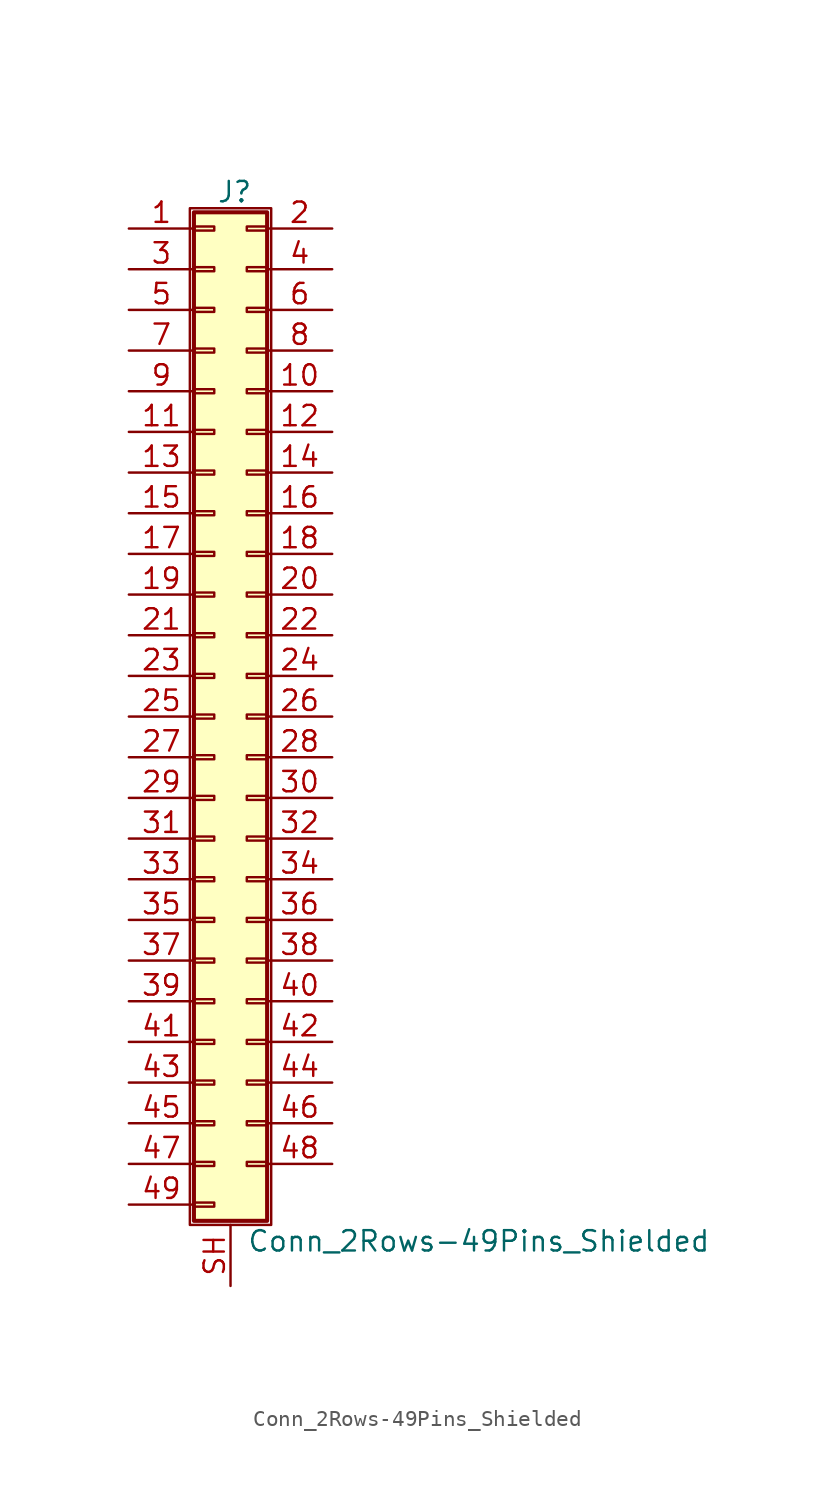
<source format=kicad_sym>
(kicad_symbol_lib
  (version 20211014)
  (generator kicad_symbol_editor)
  (symbol "Conn_2Rows-49Pins_Shielded"
    (pin_names
      (offset 1.016) hide)
    (property "Reference" "J"
      (at 1.524 32.766 0)
      (effects (font (size 1.27 1.27))))
    (property "Value" "Conn_2Rows-49Pins_Shielded"
      (at 2.286 -32.766 0)
      (effects (font (size 1.27 1.27)) (justify left)))
    (symbol "Conn_2Rows-49Pins_Shielded_1_1"
      (rectangle (start -1.27 31.75) (end 3.81 -31.75) (stroke (width 0.152) (type default) (color 0 0 0 0)) (fill (type none)))
      (rectangle (start -1.016 -30.353) (end 0.254 -30.607) (stroke (width 0.152) (type default) (color 0 0 0 0)) (fill (type none)))
      (rectangle (start -1.016 -27.813) (end 0.254 -28.067) (stroke (width 0.152) (type default) (color 0 0 0 0)) (fill (type none)))
      (rectangle (start -1.016 -25.273) (end 0.254 -25.527) (stroke (width 0.152) (type default) (color 0 0 0 0)) (fill (type none)))
      (rectangle (start -1.016 -22.733) (end 0.254 -22.987) (stroke (width 0.152) (type default) (color 0 0 0 0)) (fill (type none)))
      (rectangle (start -1.016 -20.193) (end 0.254 -20.447) (stroke (width 0.152) (type default) (color 0 0 0 0)) (fill (type none)))
      (rectangle (start -1.016 -17.653) (end 0.254 -17.907) (stroke (width 0.152) (type default) (color 0 0 0 0)) (fill (type none)))
      (rectangle (start -1.016 -15.113) (end 0.254 -15.367) (stroke (width 0.152) (type default) (color 0 0 0 0)) (fill (type none)))
      (rectangle (start -1.016 -12.573) (end 0.254 -12.827) (stroke (width 0.152) (type default) (color 0 0 0 0)) (fill (type none)))
      (rectangle (start -1.016 -10.033) (end 0.254 -10.287) (stroke (width 0.152) (type default) (color 0 0 0 0)) (fill (type none)))
      (rectangle (start -1.016 -7.493) (end 0.254 -7.747) (stroke (width 0.152) (type default) (color 0 0 0 0)) (fill (type none)))
      (rectangle (start -1.016 -4.953) (end 0.254 -5.207) (stroke (width 0.152) (type default) (color 0 0 0 0)) (fill (type none)))
      (rectangle (start -1.016 -2.413) (end 0.254 -2.667) (stroke (width 0.152) (type default) (color 0 0 0 0)) (fill (type none)))
      (rectangle (start -1.016 0.127) (end 0.254 -0.127) (stroke (width 0.152) (type default) (color 0 0 0 0)) (fill (type none)))
      (rectangle (start -1.016 2.667) (end 0.254 2.413) (stroke (width 0.152) (type default) (color 0 0 0 0)) (fill (type none)))
      (rectangle (start -1.016 5.207) (end 0.254 4.953) (stroke (width 0.152) (type default) (color 0 0 0 0)) (fill (type none)))
      (rectangle (start -1.016 7.747) (end 0.254 7.493) (stroke (width 0.152) (type default) (color 0 0 0 0)) (fill (type none)))
      (rectangle (start -1.016 10.287) (end 0.254 10.033) (stroke (width 0.152) (type default) (color 0 0 0 0)) (fill (type none)))
      (rectangle (start -1.016 12.827) (end 0.254 12.573) (stroke (width 0.152) (type default) (color 0 0 0 0)) (fill (type none)))
      (rectangle (start -1.016 15.367) (end 0.254 15.113) (stroke (width 0.152) (type default) (color 0 0 0 0)) (fill (type none)))
      (rectangle (start -1.016 17.907) (end 0.254 17.653) (stroke (width 0.152) (type default) (color 0 0 0 0)) (fill (type none)))
      (rectangle (start -1.016 20.447) (end 0.254 20.193) (stroke (width 0.152) (type default) (color 0 0 0 0)) (fill (type none)))
      (rectangle (start -1.016 22.987) (end 0.254 22.733) (stroke (width 0.152) (type default) (color 0 0 0 0)) (fill (type none)))
      (rectangle (start -1.016 25.527) (end 0.254 25.273) (stroke (width 0.152) (type default) (color 0 0 0 0)) (fill (type none)))
      (rectangle (start -1.016 28.067) (end 0.254 27.813) (stroke (width 0.152) (type default) (color 0 0 0 0)) (fill (type none)))
      (rectangle (start -1.016 30.607) (end 0.254 30.353) (stroke (width 0.152) (type default) (color 0 0 0 0)) (fill (type none)))
      (rectangle (start -1.016 31.496) (end 3.556 -31.496) (stroke (width 0.254) (type default) (color 0 0 0 0)) (fill (type background)))
      (rectangle (start 3.556 -27.813) (end 2.286 -28.067) (stroke (width 0.152) (type default) (color 0 0 0 0)) (fill (type none)))
      (rectangle (start 3.556 -25.273) (end 2.286 -25.527) (stroke (width 0.152) (type default) (color 0 0 0 0)) (fill (type none)))
      (rectangle (start 3.556 -22.733) (end 2.286 -22.987) (stroke (width 0.152) (type default) (color 0 0 0 0)) (fill (type none)))
      (rectangle (start 3.556 -20.193) (end 2.286 -20.447) (stroke (width 0.152) (type default) (color 0 0 0 0)) (fill (type none)))
      (rectangle (start 3.556 -17.653) (end 2.286 -17.907) (stroke (width 0.152) (type default) (color 0 0 0 0)) (fill (type none)))
      (rectangle (start 3.556 -15.113) (end 2.286 -15.367) (stroke (width 0.152) (type default) (color 0 0 0 0)) (fill (type none)))
      (rectangle (start 3.556 -12.573) (end 2.286 -12.827) (stroke (width 0.152) (type default) (color 0 0 0 0)) (fill (type none)))
      (rectangle (start 3.556 -10.033) (end 2.286 -10.287) (stroke (width 0.152) (type default) (color 0 0 0 0)) (fill (type none)))
      (rectangle (start 3.556 -7.493) (end 2.286 -7.747) (stroke (width 0.152) (type default) (color 0 0 0 0)) (fill (type none)))
      (rectangle (start 3.556 -4.953) (end 2.286 -5.207) (stroke (width 0.152) (type default) (color 0 0 0 0)) (fill (type none)))
      (rectangle (start 3.556 -2.413) (end 2.286 -2.667) (stroke (width 0.152) (type default) (color 0 0 0 0)) (fill (type none)))
      (rectangle (start 3.556 0.127) (end 2.286 -0.127) (stroke (width 0.152) (type default) (color 0 0 0 0)) (fill (type none)))
      (rectangle (start 3.556 2.667) (end 2.286 2.413) (stroke (width 0.152) (type default) (color 0 0 0 0)) (fill (type none)))
      (rectangle (start 3.556 5.207) (end 2.286 4.953) (stroke (width 0.152) (type default) (color 0 0 0 0)) (fill (type none)))
      (rectangle (start 3.556 7.747) (end 2.286 7.493) (stroke (width 0.152) (type default) (color 0 0 0 0)) (fill (type none)))
      (rectangle (start 3.556 10.287) (end 2.286 10.033) (stroke (width 0.152) (type default) (color 0 0 0 0)) (fill (type none)))
      (rectangle (start 3.556 12.827) (end 2.286 12.573) (stroke (width 0.152) (type default) (color 0 0 0 0)) (fill (type none)))
      (rectangle (start 3.556 15.367) (end 2.286 15.113) (stroke (width 0.152) (type default) (color 0 0 0 0)) (fill (type none)))
      (rectangle (start 3.556 17.907) (end 2.286 17.653) (stroke (width 0.152) (type default) (color 0 0 0 0)) (fill (type none)))
      (rectangle (start 3.556 20.447) (end 2.286 20.193) (stroke (width 0.152) (type default) (color 0 0 0 0)) (fill (type none)))
      (rectangle (start 3.556 22.987) (end 2.286 22.733) (stroke (width 0.152) (type default) (color 0 0 0 0)) (fill (type none)))
      (rectangle (start 3.556 25.527) (end 2.286 25.273) (stroke (width 0.152) (type default) (color 0 0 0 0)) (fill (type none)))
      (rectangle (start 3.556 28.067) (end 2.286 27.813) (stroke (width 0.152) (type default) (color 0 0 0 0)) (fill (type none)))
      (rectangle (start 3.556 30.607) (end 2.286 30.353) (stroke (width 0.152) (type default) (color 0 0 0 0)) (fill (type none)))
      (pin passive line (at -5.08 30.48 0) (length 4.064) (name "Pin_1" (effects (font (size 1.27 1.27)))) (number "1" (effects (font (size 1.27 1.27)))))
      (pin passive line (at 7.62 20.32 180) (length 4.064) (name "Pin_10" (effects (font (size 1.27 1.27)))) (number "10" (effects (font (size 1.27 1.27)))))
      (pin passive line (at -5.08 17.78 0) (length 4.064) (name "Pin_11" (effects (font (size 1.27 1.27)))) (number "11" (effects (font (size 1.27 1.27)))))
      (pin passive line (at 7.62 17.78 180) (length 4.064) (name "Pin_12" (effects (font (size 1.27 1.27)))) (number "12" (effects (font (size 1.27 1.27)))))
      (pin passive line (at -5.08 15.24 0) (length 4.064) (name "Pin_13" (effects (font (size 1.27 1.27)))) (number "13" (effects (font (size 1.27 1.27)))))
      (pin passive line (at 7.62 15.24 180) (length 4.064) (name "Pin_14" (effects (font (size 1.27 1.27)))) (number "14" (effects (font (size 1.27 1.27)))))
      (pin passive line (at -5.08 12.7 0) (length 4.064) (name "Pin_15" (effects (font (size 1.27 1.27)))) (number "15" (effects (font (size 1.27 1.27)))))
      (pin passive line (at 7.62 12.7 180) (length 4.064) (name "Pin_16" (effects (font (size 1.27 1.27)))) (number "16" (effects (font (size 1.27 1.27)))))
      (pin passive line (at -5.08 10.16 0) (length 4.064) (name "Pin_17" (effects (font (size 1.27 1.27)))) (number "17" (effects (font (size 1.27 1.27)))))
      (pin passive line (at 7.62 10.16 180) (length 4.064) (name "Pin_18" (effects (font (size 1.27 1.27)))) (number "18" (effects (font (size 1.27 1.27)))))
      (pin passive line (at -5.08 7.62 0) (length 4.064) (name "Pin_19" (effects (font (size 1.27 1.27)))) (number "19" (effects (font (size 1.27 1.27)))))
      (pin passive line (at 7.62 30.48 180) (length 4.064) (name "Pin_2" (effects (font (size 1.27 1.27)))) (number "2" (effects (font (size 1.27 1.27)))))
      (pin passive line (at 7.62 7.62 180) (length 4.064) (name "Pin_20" (effects (font (size 1.27 1.27)))) (number "20" (effects (font (size 1.27 1.27)))))
      (pin passive line (at -5.08 5.08 0) (length 4.064) (name "Pin_21" (effects (font (size 1.27 1.27)))) (number "21" (effects (font (size 1.27 1.27)))))
      (pin passive line (at 7.62 5.08 180) (length 4.064) (name "Pin_22" (effects (font (size 1.27 1.27)))) (number "22" (effects (font (size 1.27 1.27)))))
      (pin passive line (at -5.08 2.54 0) (length 4.064) (name "Pin_23" (effects (font (size 1.27 1.27)))) (number "23" (effects (font (size 1.27 1.27)))))
      (pin passive line (at 7.62 2.54 180) (length 4.064) (name "Pin_24" (effects (font (size 1.27 1.27)))) (number "24" (effects (font (size 1.27 1.27)))))
      (pin passive line (at -5.08 0 0) (length 4.064) (name "Pin_25" (effects (font (size 1.27 1.27)))) (number "25" (effects (font (size 1.27 1.27)))))
      (pin passive line (at 7.62 0 180) (length 4.064) (name "Pin_26" (effects (font (size 1.27 1.27)))) (number "26" (effects (font (size 1.27 1.27)))))
      (pin passive line (at -5.08 -2.54 0) (length 4.064) (name "Pin_27" (effects (font (size 1.27 1.27)))) (number "27" (effects (font (size 1.27 1.27)))))
      (pin passive line (at 7.62 -2.54 180) (length 4.064) (name "Pin_28" (effects (font (size 1.27 1.27)))) (number "28" (effects (font (size 1.27 1.27)))))
      (pin passive line (at -5.08 -5.08 0) (length 4.064) (name "Pin_29" (effects (font (size 1.27 1.27)))) (number "29" (effects (font (size 1.27 1.27)))))
      (pin passive line (at -5.08 27.94 0) (length 4.064) (name "Pin_3" (effects (font (size 1.27 1.27)))) (number "3" (effects (font (size 1.27 1.27)))))
      (pin passive line (at 7.62 -5.08 180) (length 4.064) (name "Pin_30" (effects (font (size 1.27 1.27)))) (number "30" (effects (font (size 1.27 1.27)))))
      (pin passive line (at -5.08 -7.62 0) (length 4.064) (name "Pin_31" (effects (font (size 1.27 1.27)))) (number "31" (effects (font (size 1.27 1.27)))))
      (pin passive line (at 7.62 -7.62 180) (length 4.064) (name "Pin_32" (effects (font (size 1.27 1.27)))) (number "32" (effects (font (size 1.27 1.27)))))
      (pin passive line (at -5.08 -10.16 0) (length 4.064) (name "Pin_33" (effects (font (size 1.27 1.27)))) (number "33" (effects (font (size 1.27 1.27)))))
      (pin passive line (at 7.62 -10.16 180) (length 4.064) (name "Pin_34" (effects (font (size 1.27 1.27)))) (number "34" (effects (font (size 1.27 1.27)))))
      (pin passive line (at -5.08 -12.7 0) (length 4.064) (name "Pin_35" (effects (font (size 1.27 1.27)))) (number "35" (effects (font (size 1.27 1.27)))))
      (pin passive line (at 7.62 -12.7 180) (length 4.064) (name "Pin_36" (effects (font (size 1.27 1.27)))) (number "36" (effects (font (size 1.27 1.27)))))
      (pin passive line (at -5.08 -15.24 0) (length 4.064) (name "Pin_37" (effects (font (size 1.27 1.27)))) (number "37" (effects (font (size 1.27 1.27)))))
      (pin passive line (at 7.62 -15.24 180) (length 4.064) (name "Pin_38" (effects (font (size 1.27 1.27)))) (number "38" (effects (font (size 1.27 1.27)))))
      (pin passive line (at -5.08 -17.78 0) (length 4.064) (name "Pin_39" (effects (font (size 1.27 1.27)))) (number "39" (effects (font (size 1.27 1.27)))))
      (pin passive line (at 7.62 27.94 180) (length 4.064) (name "Pin_4" (effects (font (size 1.27 1.27)))) (number "4" (effects (font (size 1.27 1.27)))))
      (pin passive line (at 7.62 -17.78 180) (length 4.064) (name "Pin_40" (effects (font (size 1.27 1.27)))) (number "40" (effects (font (size 1.27 1.27)))))
      (pin passive line (at -5.08 -20.32 0) (length 4.064) (name "Pin_41" (effects (font (size 1.27 1.27)))) (number "41" (effects (font (size 1.27 1.27)))))
      (pin passive line (at 7.62 -20.32 180) (length 4.064) (name "Pin_42" (effects (font (size 1.27 1.27)))) (number "42" (effects (font (size 1.27 1.27)))))
      (pin passive line (at -5.08 -22.86 0) (length 4.064) (name "Pin_43" (effects (font (size 1.27 1.27)))) (number "43" (effects (font (size 1.27 1.27)))))
      (pin passive line (at 7.62 -22.86 180) (length 4.064) (name "Pin_44" (effects (font (size 1.27 1.27)))) (number "44" (effects (font (size 1.27 1.27)))))
      (pin passive line (at -5.08 -25.4 0) (length 4.064) (name "Pin_45" (effects (font (size 1.27 1.27)))) (number "45" (effects (font (size 1.27 1.27)))))
      (pin passive line (at 7.62 -25.4 180) (length 4.064) (name "Pin_46" (effects (font (size 1.27 1.27)))) (number "46" (effects (font (size 1.27 1.27)))))
      (pin passive line (at -5.08 -27.94 0) (length 4.064) (name "Pin_47" (effects (font (size 1.27 1.27)))) (number "47" (effects (font (size 1.27 1.27)))))
      (pin passive line (at 7.62 -27.94 180) (length 4.064) (name "Pin_48" (effects (font (size 1.27 1.27)))) (number "48" (effects (font (size 1.27 1.27)))))
      (pin passive line (at -5.08 -30.48 0) (length 4.064) (name "Pin_49" (effects (font (size 1.27 1.27)))) (number "49" (effects (font (size 1.27 1.27)))))
      (pin passive line (at -5.08 25.4 0) (length 4.064) (name "Pin_5" (effects (font (size 1.27 1.27)))) (number "5" (effects (font (size 1.27 1.27)))))
      (pin passive line (at 7.62 25.4 180) (length 4.064) (name "Pin_6" (effects (font (size 1.27 1.27)))) (number "6" (effects (font (size 1.27 1.27)))))
      (pin passive line (at -5.08 22.86 0) (length 4.064) (name "Pin_7" (effects (font (size 1.27 1.27)))) (number "7" (effects (font (size 1.27 1.27)))))
      (pin passive line (at 7.62 22.86 180) (length 4.064) (name "Pin_8" (effects (font (size 1.27 1.27)))) (number "8" (effects (font (size 1.27 1.27)))))
      (pin passive line (at -5.08 20.32 0) (length 4.064) (name "Pin_9" (effects (font (size 1.27 1.27)))) (number "9" (effects (font (size 1.27 1.27)))))
      (pin passive line (at 1.27 -35.56 90) (length 3.81) (name "Shield" (effects (font (size 1.27 1.27)))) (number "SH" (effects (font (size 1.27 1.27))))))))
</source>
